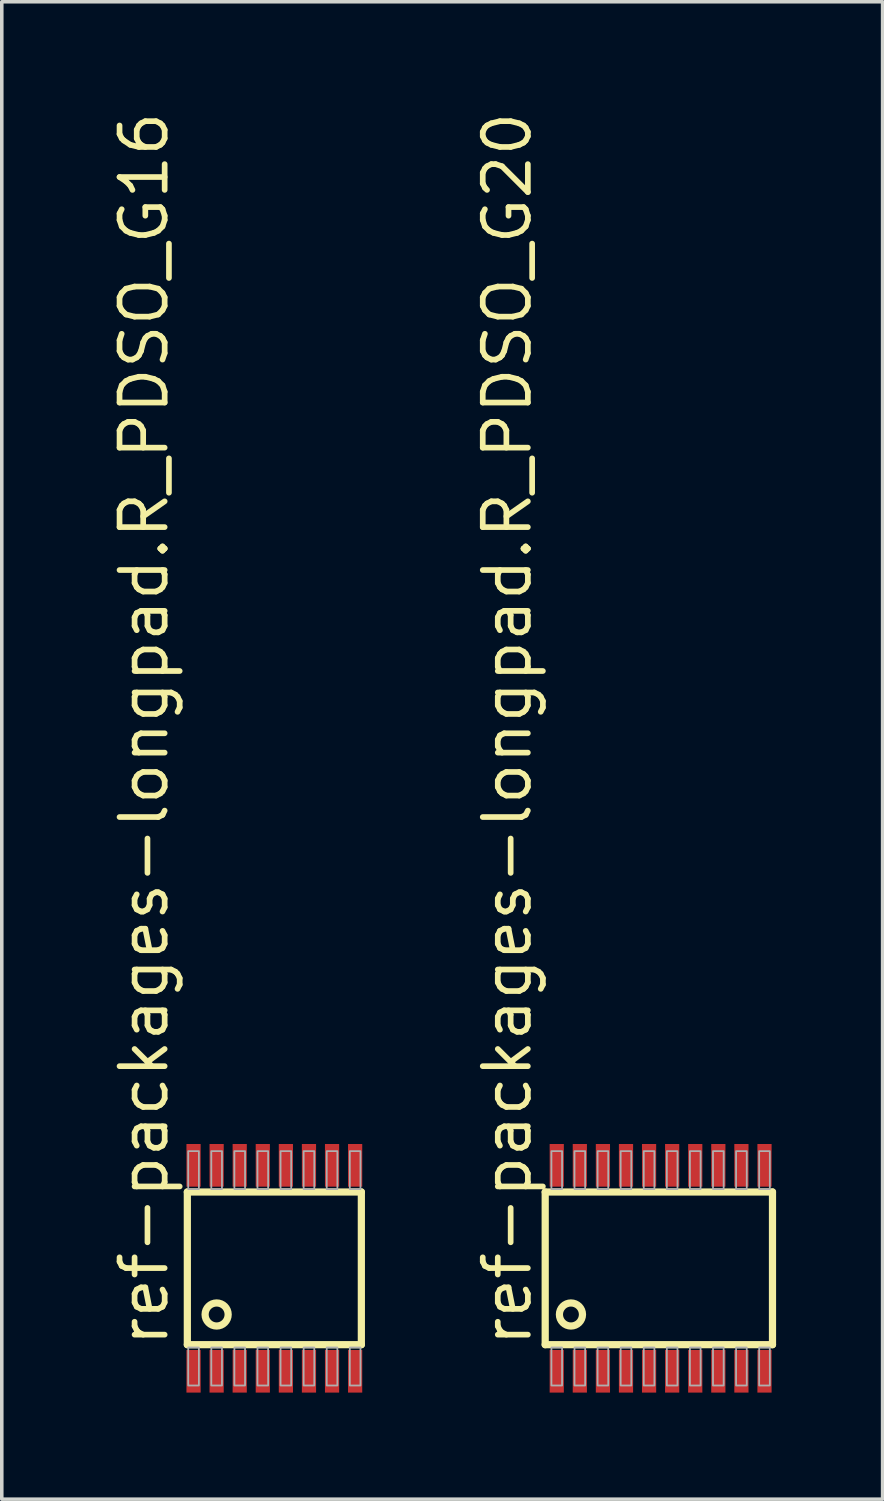
<source format=kicad_pcb>
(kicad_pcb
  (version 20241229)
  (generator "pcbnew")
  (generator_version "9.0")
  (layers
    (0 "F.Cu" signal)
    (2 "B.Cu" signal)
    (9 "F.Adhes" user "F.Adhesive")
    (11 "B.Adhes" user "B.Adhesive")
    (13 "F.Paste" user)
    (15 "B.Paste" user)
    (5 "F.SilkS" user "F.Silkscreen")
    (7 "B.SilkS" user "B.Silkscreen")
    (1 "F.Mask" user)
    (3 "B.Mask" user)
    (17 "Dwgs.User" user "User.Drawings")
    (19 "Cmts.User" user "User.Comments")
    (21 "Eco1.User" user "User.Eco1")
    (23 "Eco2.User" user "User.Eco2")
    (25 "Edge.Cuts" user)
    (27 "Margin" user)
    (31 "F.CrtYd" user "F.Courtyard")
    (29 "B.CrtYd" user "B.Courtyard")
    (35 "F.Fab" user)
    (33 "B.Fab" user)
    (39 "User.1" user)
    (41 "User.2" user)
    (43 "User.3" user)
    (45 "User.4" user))
  (footprint "ref-packages-longpad.R_PDSO_G20"
    (layer "F.Cu")
    (at 15.552 32.664)
    (property "Reference" "ref-packages-longpad.R_PDSO_G20" (at -3.575 2.275 90) (layer "F.SilkS") (effects (font (size 1.27 1.27) (thickness 0.16)) (justify left bottom)))
    (attr smd)
    (fp_line (start -3.25 -2.15) (end 3.15 -2.15) (stroke (width 0.203) (type default)) (layer "F.SilkS"))
    (fp_line (start -3.25 2.15) (end -3.25 -2.15) (stroke (width 0.203) (type default)) (layer "F.SilkS"))
    (fp_line (start 3.15 -2.15) (end 3.15 2.15) (stroke (width 0.203) (type default)) (layer "F.SilkS"))
    (fp_line (start 3.15 2.15) (end -3.25 2.15) (stroke (width 0.203) (type default)) (layer "F.SilkS"))
    (fp_circle (center -2.525 1.3) (end -2.2 1.3) (stroke (width 0.203) (type default)) (fill no) (layer "F.SilkS"))
    (fp_rect (start -3.075 -2.23) (end -2.775 -3.3) (stroke (width 0.05) (type default)) (fill no) (layer "F.Fab"))
    (fp_rect (start -3.075 3.3) (end -2.775 2.23) (stroke (width 0.05) (type default)) (fill no) (layer "F.Fab"))
    (fp_rect (start -2.425 -2.23) (end -2.125 -3.3) (stroke (width 0.05) (type default)) (fill no) (layer "F.Fab"))
    (fp_rect (start -2.425 3.3) (end -2.125 2.23) (stroke (width 0.05) (type default)) (fill no) (layer "F.Fab"))
    (fp_rect (start -1.775 -2.23) (end -1.475 -3.3) (stroke (width 0.05) (type default)) (fill no) (layer "F.Fab"))
    (fp_rect (start -1.775 3.3) (end -1.475 2.23) (stroke (width 0.05) (type default)) (fill no) (layer "F.Fab"))
    (fp_rect (start -1.125 -2.23) (end -0.825 -3.3) (stroke (width 0.05) (type default)) (fill no) (layer "F.Fab"))
    (fp_rect (start -1.125 3.3) (end -0.825 2.23) (stroke (width 0.05) (type default)) (fill no) (layer "F.Fab"))
    (fp_rect (start -0.475 -2.23) (end -0.175 -3.3) (stroke (width 0.05) (type default)) (fill no) (layer "F.Fab"))
    (fp_rect (start -0.475 3.3) (end -0.175 2.23) (stroke (width 0.05) (type default)) (fill no) (layer "F.Fab"))
    (fp_rect (start 0.175 -2.23) (end 0.475 -3.3) (stroke (width 0.05) (type default)) (fill no) (layer "F.Fab"))
    (fp_rect (start 0.175 3.3) (end 0.475 2.23) (stroke (width 0.05) (type default)) (fill no) (layer "F.Fab"))
    (fp_rect (start 0.825 -2.23) (end 1.125 -3.3) (stroke (width 0.05) (type default)) (fill no) (layer "F.Fab"))
    (fp_rect (start 0.825 3.3) (end 1.125 2.23) (stroke (width 0.05) (type default)) (fill no) (layer "F.Fab"))
    (fp_rect (start 1.475 -2.23) (end 1.775 -3.3) (stroke (width 0.05) (type default)) (fill no) (layer "F.Fab"))
    (fp_rect (start 1.475 3.3) (end 1.775 2.23) (stroke (width 0.05) (type default)) (fill no) (layer "F.Fab"))
    (fp_rect (start 2.125 -2.23) (end 2.425 -3.3) (stroke (width 0.05) (type default)) (fill no) (layer "F.Fab"))
    (fp_rect (start 2.125 3.3) (end 2.425 2.23) (stroke (width 0.05) (type default)) (fill no) (layer "F.Fab"))
    (fp_rect (start 2.775 -2.23) (end 3.075 -3.3) (stroke (width 0.05) (type default)) (fill no) (layer "F.Fab"))
    (fp_rect (start 2.775 3.3) (end 3.075 2.23) (stroke (width 0.05) (type default)) (fill no) (layer "F.Fab"))
    (pad "1" smd roundrect (at -2.925 2.9) (size 0.4 1.2) (layers "F.Cu" "F.Mask" "F.Paste") (roundrect_rratio 0.01))
    (pad "2" smd roundrect (at -2.275 2.9) (size 0.4 1.2) (layers "F.Cu" "F.Mask" "F.Paste") (roundrect_rratio 0.01))
    (pad "3" smd roundrect (at -1.625 2.9) (size 0.4 1.2) (layers "F.Cu" "F.Mask" "F.Paste") (roundrect_rratio 0.01))
    (pad "4" smd roundrect (at -0.975 2.9) (size 0.4 1.2) (layers "F.Cu" "F.Mask" "F.Paste") (roundrect_rratio 0.01))
    (pad "5" smd roundrect (at -0.325 2.9) (size 0.4 1.2) (layers "F.Cu" "F.Mask" "F.Paste") (roundrect_rratio 0.01))
    (pad "6" smd roundrect (at 0.325 2.9) (size 0.4 1.2) (layers "F.Cu" "F.Mask" "F.Paste") (roundrect_rratio 0.01))
    (pad "7" smd roundrect (at 0.975 2.9) (size 0.4 1.2) (layers "F.Cu" "F.Mask" "F.Paste") (roundrect_rratio 0.01))
    (pad "8" smd roundrect (at 1.625 2.9) (size 0.4 1.2) (layers "F.Cu" "F.Mask" "F.Paste") (roundrect_rratio 0.01))
    (pad "9" smd roundrect (at 2.275 2.9) (size 0.4 1.2) (layers "F.Cu" "F.Mask" "F.Paste") (roundrect_rratio 0.01))
    (pad "10" smd roundrect (at 2.925 2.9) (size 0.4 1.2) (layers "F.Cu" "F.Mask" "F.Paste") (roundrect_rratio 0.01))
    (pad "11" smd roundrect (at 2.925 -2.9 180) (size 0.4 1.2) (layers "F.Cu" "F.Mask" "F.Paste") (roundrect_rratio 0.01))
    (pad "12" smd roundrect (at 2.275 -2.9 180) (size 0.4 1.2) (layers "F.Cu" "F.Mask" "F.Paste") (roundrect_rratio 0.01))
    (pad "13" smd roundrect (at 1.625 -2.9 180) (size 0.4 1.2) (layers "F.Cu" "F.Mask" "F.Paste") (roundrect_rratio 0.01))
    (pad "14" smd roundrect (at 0.975 -2.9 180) (size 0.4 1.2) (layers "F.Cu" "F.Mask" "F.Paste") (roundrect_rratio 0.01))
    (pad "15" smd roundrect (at 0.325 -2.9 180) (size 0.4 1.2) (layers "F.Cu" "F.Mask" "F.Paste") (roundrect_rratio 0.01))
    (pad "16" smd roundrect (at -0.325 -2.9 180) (size 0.4 1.2) (layers "F.Cu" "F.Mask" "F.Paste") (roundrect_rratio 0.01))
    (pad "17" smd roundrect (at -0.975 -2.9 180) (size 0.4 1.2) (layers "F.Cu" "F.Mask" "F.Paste") (roundrect_rratio 0.01))
    (pad "18" smd roundrect (at -1.625 -2.9 180) (size 0.4 1.2) (layers "F.Cu" "F.Mask" "F.Paste") (roundrect_rratio 0.01))
    (pad "19" smd roundrect (at -2.275 -2.9 180) (size 0.4 1.2) (layers "F.Cu" "F.Mask" "F.Paste") (roundrect_rratio 0.01))
    (pad "20" smd roundrect (at -2.925 -2.9 180) (size 0.4 1.2) (layers "F.Cu" "F.Mask" "F.Paste") (roundrect_rratio 0.01)))
  (footprint "ref-packages-longpad.R_PDSO_G16"
    (layer "F.Cu")
    (at 4.675 32.664)
    (property "Reference" "ref-packages-longpad.R_PDSO_G16" (at -2.925 2.275 90) (layer "F.SilkS") (effects (font (size 1.27 1.27) (thickness 0.16)) (justify left bottom)))
    (attr smd)
    (fp_line (start -2.45 -2.15) (end 2.45 -2.15) (stroke (width 0.203) (type default)) (layer "F.SilkS"))
    (fp_line (start -2.45 2.15) (end -2.45 -2.15) (stroke (width 0.203) (type default)) (layer "F.SilkS"))
    (fp_line (start 2.45 -2.15) (end 2.45 2.15) (stroke (width 0.203) (type default)) (layer "F.SilkS"))
    (fp_line (start 2.45 2.15) (end -2.45 2.15) (stroke (width 0.203) (type default)) (layer "F.SilkS"))
    (fp_circle (center -1.625 1.3) (end -1.3 1.3) (stroke (width 0.203) (type default)) (fill no) (layer "F.SilkS"))
    (fp_rect (start -2.425 -2.23) (end -2.125 -3.3) (stroke (width 0.05) (type default)) (fill no) (layer "F.Fab"))
    (fp_rect (start -2.425 3.3) (end -2.125 2.23) (stroke (width 0.05) (type default)) (fill no) (layer "F.Fab"))
    (fp_rect (start -1.775 -2.23) (end -1.475 -3.3) (stroke (width 0.05) (type default)) (fill no) (layer "F.Fab"))
    (fp_rect (start -1.775 3.3) (end -1.475 2.23) (stroke (width 0.05) (type default)) (fill no) (layer "F.Fab"))
    (fp_rect (start -1.125 -2.23) (end -0.825 -3.3) (stroke (width 0.05) (type default)) (fill no) (layer "F.Fab"))
    (fp_rect (start -1.125 3.3) (end -0.825 2.23) (stroke (width 0.05) (type default)) (fill no) (layer "F.Fab"))
    (fp_rect (start -0.475 -2.23) (end -0.175 -3.3) (stroke (width 0.05) (type default)) (fill no) (layer "F.Fab"))
    (fp_rect (start -0.475 3.3) (end -0.175 2.23) (stroke (width 0.05) (type default)) (fill no) (layer "F.Fab"))
    (fp_rect (start 0.175 -2.23) (end 0.475 -3.3) (stroke (width 0.05) (type default)) (fill no) (layer "F.Fab"))
    (fp_rect (start 0.175 3.3) (end 0.475 2.23) (stroke (width 0.05) (type default)) (fill no) (layer "F.Fab"))
    (fp_rect (start 0.825 -2.23) (end 1.125 -3.3) (stroke (width 0.05) (type default)) (fill no) (layer "F.Fab"))
    (fp_rect (start 0.825 3.3) (end 1.125 2.23) (stroke (width 0.05) (type default)) (fill no) (layer "F.Fab"))
    (fp_rect (start 1.475 -2.23) (end 1.775 -3.3) (stroke (width 0.05) (type default)) (fill no) (layer "F.Fab"))
    (fp_rect (start 1.475 3.3) (end 1.775 2.23) (stroke (width 0.05) (type default)) (fill no) (layer "F.Fab"))
    (fp_rect (start 2.125 -2.23) (end 2.425 -3.3) (stroke (width 0.05) (type default)) (fill no) (layer "F.Fab"))
    (fp_rect (start 2.125 3.3) (end 2.425 2.23) (stroke (width 0.05) (type default)) (fill no) (layer "F.Fab"))
    (pad "1" smd roundrect (at -2.275 2.9) (size 0.4 1.2) (layers "F.Cu" "F.Mask" "F.Paste") (roundrect_rratio 0.01))
    (pad "2" smd roundrect (at -1.625 2.9) (size 0.4 1.2) (layers "F.Cu" "F.Mask" "F.Paste") (roundrect_rratio 0.01))
    (pad "3" smd roundrect (at -0.975 2.9) (size 0.4 1.2) (layers "F.Cu" "F.Mask" "F.Paste") (roundrect_rratio 0.01))
    (pad "4" smd roundrect (at -0.325 2.9) (size 0.4 1.2) (layers "F.Cu" "F.Mask" "F.Paste") (roundrect_rratio 0.01))
    (pad "5" smd roundrect (at 0.325 2.9) (size 0.4 1.2) (layers "F.Cu" "F.Mask" "F.Paste") (roundrect_rratio 0.01))
    (pad "6" smd roundrect (at 0.975 2.9) (size 0.4 1.2) (layers "F.Cu" "F.Mask" "F.Paste") (roundrect_rratio 0.01))
    (pad "7" smd roundrect (at 1.625 2.9) (size 0.4 1.2) (layers "F.Cu" "F.Mask" "F.Paste") (roundrect_rratio 0.01))
    (pad "8" smd roundrect (at 2.275 2.9) (size 0.4 1.2) (layers "F.Cu" "F.Mask" "F.Paste") (roundrect_rratio 0.01))
    (pad "9" smd roundrect (at 2.275 -2.9 180) (size 0.4 1.2) (layers "F.Cu" "F.Mask" "F.Paste") (roundrect_rratio 0.01))
    (pad "10" smd roundrect (at 1.625 -2.9 180) (size 0.4 1.2) (layers "F.Cu" "F.Mask" "F.Paste") (roundrect_rratio 0.01))
    (pad "11" smd roundrect (at 0.975 -2.9 180) (size 0.4 1.2) (layers "F.Cu" "F.Mask" "F.Paste") (roundrect_rratio 0.01))
    (pad "12" smd roundrect (at 0.325 -2.9 180) (size 0.4 1.2) (layers "F.Cu" "F.Mask" "F.Paste") (roundrect_rratio 0.01))
    (pad "13" smd roundrect (at -0.325 -2.9 180) (size 0.4 1.2) (layers "F.Cu" "F.Mask" "F.Paste") (roundrect_rratio 0.01))
    (pad "14" smd roundrect (at -0.975 -2.9 180) (size 0.4 1.2) (layers "F.Cu" "F.Mask" "F.Paste") (roundrect_rratio 0.01))
    (pad "15" smd roundrect (at -1.625 -2.9 180) (size 0.4 1.2) (layers "F.Cu" "F.Mask" "F.Paste") (roundrect_rratio 0.01))
    (pad "16" smd roundrect (at -2.275 -2.9 180) (size 0.4 1.2) (layers "F.Cu" "F.Mask" "F.Paste") (roundrect_rratio 0.01)))
  (gr_rect
    (start -3 -3)
    (end 21.803 39.164)
    (stroke (width 0.1) (type default))
    (fill no)
    (layer "Edge.Cuts")))
</source>
